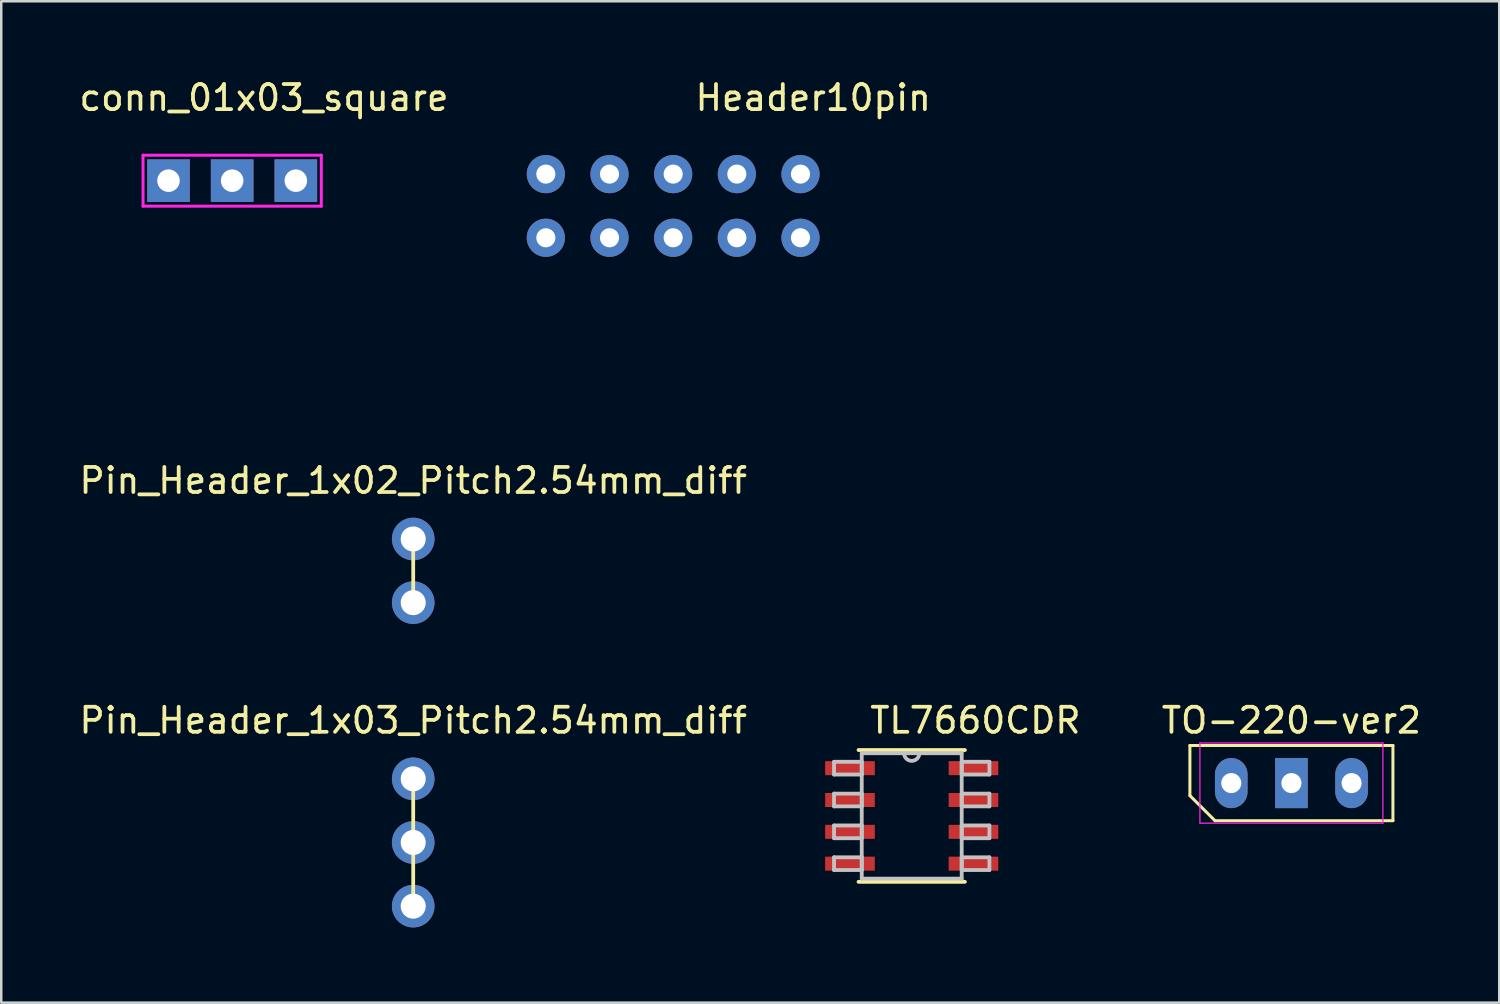
<source format=kicad_pcb>
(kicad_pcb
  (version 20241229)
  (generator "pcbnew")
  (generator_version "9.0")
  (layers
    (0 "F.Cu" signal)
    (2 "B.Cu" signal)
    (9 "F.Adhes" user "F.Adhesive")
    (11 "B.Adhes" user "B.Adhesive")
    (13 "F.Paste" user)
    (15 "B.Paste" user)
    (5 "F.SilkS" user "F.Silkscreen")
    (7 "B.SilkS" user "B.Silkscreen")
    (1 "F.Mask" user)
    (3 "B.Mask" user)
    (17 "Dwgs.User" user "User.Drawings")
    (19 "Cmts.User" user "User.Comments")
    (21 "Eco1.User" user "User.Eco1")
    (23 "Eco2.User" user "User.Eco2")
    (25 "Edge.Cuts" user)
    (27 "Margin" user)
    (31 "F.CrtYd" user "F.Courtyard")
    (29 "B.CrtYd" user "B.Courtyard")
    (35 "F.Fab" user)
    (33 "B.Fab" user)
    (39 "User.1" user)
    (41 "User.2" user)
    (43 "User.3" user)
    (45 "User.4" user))
  (footprint "Header10pin"
    (layer "F.Cu")
    (at 22.282 12.024)
    (property "Reference" "Header10pin" (at 7.112 -11.176 0) (layer "F.SilkS") (effects (font (size 1 1) (thickness 0.15))))
    (attr through_hole)
    (pad "1" thru_hole circle (at -3.556 -8.128) (size 1.524 1.524) (drill 0.762) (layers "*.Cu" "*.Mask"))
    (pad "2" thru_hole circle (at -1.016 -8.128) (size 1.524 1.524) (drill 0.762) (layers "*.Cu" "*.Mask"))
    (pad "3" thru_hole circle (at 1.524 -8.128) (size 1.524 1.524) (drill 0.762) (layers "*.Cu" "*.Mask"))
    (pad "4" thru_hole circle (at 4.064 -8.128) (size 1.524 1.524) (drill 0.762) (layers "*.Cu" "*.Mask"))
    (pad "5" thru_hole circle (at 6.604 -8.128) (size 1.524 1.524) (drill 0.762) (layers "*.Cu" "*.Mask"))
    (pad "6" thru_hole circle (at -3.556 -5.588) (size 1.524 1.524) (drill 0.762) (layers "*.Cu" "*.Mask"))
    (pad "7" thru_hole circle (at -1.016 -5.588) (size 1.524 1.524) (drill 0.762) (layers "*.Cu" "*.Mask"))
    (pad "8" thru_hole circle (at 1.524 -5.588) (size 1.524 1.524) (drill 0.762) (layers "*.Cu" "*.Mask"))
    (pad "9" thru_hole circle (at 4.064 -5.588) (size 1.524 1.524) (drill 0.762) (layers "*.Cu" "*.Mask"))
    (pad "10" thru_hole circle (at 6.604 -5.588) (size 1.524 1.524) (drill 0.762) (layers "*.Cu" "*.Mask")))
  (footprint "conn_01x03_square"
    (layer "F.Cu")
    (at 7.482 0.348)
    (property "Reference" "conn_01x03_square" (at 0 0.5 0) (layer "F.SilkS") (effects (font (size 1 1) (thickness 0.15))))
    (attr through_hole)
    (fp_line (start -4.826 2.794) (end 2.286 2.794) (stroke (width 0.12) (type solid)) (layer "F.CrtYd"))
    (fp_line (start -4.826 4.826) (end -4.826 2.794) (stroke (width 0.12) (type solid)) (layer "F.CrtYd"))
    (fp_line (start 2.286 2.794) (end 2.286 4.826) (stroke (width 0.12) (type solid)) (layer "F.CrtYd"))
    (fp_line (start 2.286 4.826) (end -4.826 4.826) (stroke (width 0.12) (type solid)) (layer "F.CrtYd"))
    (pad "1" thru_hole rect (at -3.81 3.81) (size 1.7 1.7) (drill 0.9) (layers "*.Cu" "*.Mask"))
    (pad "2" thru_hole rect (at -1.27 3.81) (size 1.7 1.7) (drill 0.9) (layers "*.Cu" "*.Mask"))
    (pad "3" thru_hole rect (at 1.27 3.81) (size 1.7 1.7) (drill 0.9) (layers "*.Cu" "*.Mask")))
  (footprint "Pin_Header_1x03_Pitch2.54mm_diff"
    (layer "F.Cu")
    (at 13.435 28.021)
    (property "Reference" "Pin_Header_1x03_Pitch2.54mm_diff" (at 0 -2.33 0) (layer "F.SilkS") (effects (font (size 1 1) (thickness 0.15))))
    (attr through_hole)
    (fp_line (start 0 0.508) (end 0 4.572) (stroke (width 0.15) (type solid)) (layer "F.SilkS"))
    (pad "1" thru_hole circle (at 0 0) (size 1.7 1.7) (drill 1) (layers "*.Cu" "*.Mask"))
    (pad "2" thru_hole oval (at 0 2.54) (size 1.7 1.7) (drill 1) (layers "*.Cu" "*.Mask"))
    (pad "3" thru_hole oval (at 0 5.08) (size 1.7 1.7) (drill 1) (layers "*.Cu" "*.Mask")))
  (footprint "TL7660CDR"
    (layer "F.Cu")
    (at 33.323 29.501)
    (property "Reference" "TL7660CDR" (at 2.54 -3.81 0) (layer "F.SilkS") (effects (font (size 1 1) (thickness 0.15))))
    (attr through_hole)
    (fp_line (start -2.121 2.629) (end 2.121 2.629) (stroke (width 0.152) (type solid)) (layer "F.SilkS"))
    (fp_line (start 2.121 -2.629) (end -2.121 -2.629) (stroke (width 0.152) (type solid)) (layer "F.SilkS"))
    (fp_line (start -3.099 -2.159) (end -3.099 -1.651) (stroke (width 0.152) (type solid)) (layer "Dwgs.User"))
    (fp_line (start -3.099 -1.651) (end -1.994 -1.651) (stroke (width 0.152) (type solid)) (layer "Dwgs.User"))
    (fp_line (start -3.099 -0.889) (end -3.099 -0.381) (stroke (width 0.152) (type solid)) (layer "Dwgs.User"))
    (fp_line (start -3.099 -0.381) (end -1.994 -0.381) (stroke (width 0.152) (type solid)) (layer "Dwgs.User"))
    (fp_line (start -3.099 0.381) (end -3.099 0.889) (stroke (width 0.152) (type solid)) (layer "Dwgs.User"))
    (fp_line (start -3.099 0.889) (end -1.994 0.889) (stroke (width 0.152) (type solid)) (layer "Dwgs.User"))
    (fp_line (start -3.099 1.651) (end -3.099 2.159) (stroke (width 0.152) (type solid)) (layer "Dwgs.User"))
    (fp_line (start -3.099 2.159) (end -1.994 2.159) (stroke (width 0.152) (type solid)) (layer "Dwgs.User"))
    (fp_line (start -1.994 -2.502) (end -1.994 2.502) (stroke (width 0.152) (type solid)) (layer "Dwgs.User"))
    (fp_line (start -1.994 -2.159) (end -3.099 -2.159) (stroke (width 0.152) (type solid)) (layer "Dwgs.User"))
    (fp_line (start -1.994 -1.651) (end -1.994 -2.159) (stroke (width 0.152) (type solid)) (layer "Dwgs.User"))
    (fp_line (start -1.994 -0.889) (end -3.099 -0.889) (stroke (width 0.152) (type solid)) (layer "Dwgs.User"))
    (fp_line (start -1.994 -0.381) (end -1.994 -0.889) (stroke (width 0.152) (type solid)) (layer "Dwgs.User"))
    (fp_line (start -1.994 0.381) (end -3.099 0.381) (stroke (width 0.152) (type solid)) (layer "Dwgs.User"))
    (fp_line (start -1.994 0.889) (end -1.994 0.381) (stroke (width 0.152) (type solid)) (layer "Dwgs.User"))
    (fp_line (start -1.994 1.651) (end -3.099 1.651) (stroke (width 0.152) (type solid)) (layer "Dwgs.User"))
    (fp_line (start -1.994 2.159) (end -1.994 1.651) (stroke (width 0.152) (type solid)) (layer "Dwgs.User"))
    (fp_line (start -1.994 2.502) (end 1.994 2.502) (stroke (width 0.152) (type solid)) (layer "Dwgs.User"))
    (fp_line (start 1.994 -2.502) (end -1.994 -2.502) (stroke (width 0.152) (type solid)) (layer "Dwgs.User"))
    (fp_line (start 1.994 -2.159) (end 1.994 -1.651) (stroke (width 0.152) (type solid)) (layer "Dwgs.User"))
    (fp_line (start 1.994 -1.651) (end 3.099 -1.651) (stroke (width 0.152) (type solid)) (layer "Dwgs.User"))
    (fp_line (start 1.994 -0.889) (end 1.994 -0.381) (stroke (width 0.152) (type solid)) (layer "Dwgs.User"))
    (fp_line (start 1.994 -0.381) (end 3.099 -0.381) (stroke (width 0.152) (type solid)) (layer "Dwgs.User"))
    (fp_line (start 1.994 0.381) (end 1.994 0.889) (stroke (width 0.152) (type solid)) (layer "Dwgs.User"))
    (fp_line (start 1.994 0.889) (end 3.099 0.889) (stroke (width 0.152) (type solid)) (layer "Dwgs.User"))
    (fp_line (start 1.994 1.651) (end 1.994 2.159) (stroke (width 0.152) (type solid)) (layer "Dwgs.User"))
    (fp_line (start 1.994 2.159) (end 3.099 2.159) (stroke (width 0.152) (type solid)) (layer "Dwgs.User"))
    (fp_line (start 1.994 2.502) (end 1.994 -2.502) (stroke (width 0.152) (type solid)) (layer "Dwgs.User"))
    (fp_line (start 3.099 -2.159) (end 1.994 -2.159) (stroke (width 0.152) (type solid)) (layer "Dwgs.User"))
    (fp_line (start 3.099 -1.651) (end 3.099 -2.159) (stroke (width 0.152) (type solid)) (layer "Dwgs.User"))
    (fp_line (start 3.099 -0.889) (end 1.994 -0.889) (stroke (width 0.152) (type solid)) (layer "Dwgs.User"))
    (fp_line (start 3.099 -0.381) (end 3.099 -0.889) (stroke (width 0.152) (type solid)) (layer "Dwgs.User"))
    (fp_line (start 3.099 0.381) (end 1.994 0.381) (stroke (width 0.152) (type solid)) (layer "Dwgs.User"))
    (fp_line (start 3.099 0.889) (end 3.099 0.381) (stroke (width 0.152) (type solid)) (layer "Dwgs.User"))
    (fp_line (start 3.099 1.651) (end 1.994 1.651) (stroke (width 0.152) (type solid)) (layer "Dwgs.User"))
    (fp_line (start 3.099 2.159) (end 3.099 1.651) (stroke (width 0.152) (type solid)) (layer "Dwgs.User"))
    (fp_arc (start 0.3048 -2.5019) (mid 0 -2.1971) (end -0.3048 -2.5019) (stroke (width 0.1524) (type solid)) (layer "Dwgs.User"))
    (pad "" smd rect (at -2.464 -1.905) (size 1.981 0.559) (layers "F.Mask"))
    (pad "" smd rect (at -2.464 -1.905) (size 1.981 0.559) (layers "F.Paste"))
    (pad "" smd rect (at -2.464 -0.635) (size 1.981 0.559) (layers "F.Mask"))
    (pad "" smd rect (at -2.464 -0.635) (size 1.981 0.559) (layers "F.Paste"))
    (pad "" smd rect (at -2.464 0.635) (size 1.981 0.559) (layers "F.Mask"))
    (pad "" smd rect (at -2.464 0.635) (size 1.981 0.559) (layers "F.Paste"))
    (pad "" smd rect (at -2.464 1.905) (size 1.981 0.559) (layers "F.Mask"))
    (pad "" smd rect (at -2.464 1.905) (size 1.981 0.559) (layers "F.Paste"))
    (pad "" smd rect (at 2.464 -1.905) (size 1.981 0.559) (layers "F.Mask"))
    (pad "" smd rect (at 2.464 -1.905) (size 1.981 0.559) (layers "F.Paste"))
    (pad "" smd rect (at 2.464 -0.635) (size 1.981 0.559) (layers "F.Mask"))
    (pad "" smd rect (at 2.464 -0.635) (size 1.981 0.559) (layers "F.Paste"))
    (pad "" smd rect (at 2.464 0.635) (size 1.981 0.559) (layers "F.Mask"))
    (pad "" smd rect (at 2.464 0.635) (size 1.981 0.559) (layers "F.Paste"))
    (pad "" smd rect (at 2.464 1.905) (size 1.981 0.559) (layers "F.Mask"))
    (pad "" smd rect (at 2.464 1.905) (size 1.981 0.559) (layers "F.Paste"))
    (pad "1" smd rect (at -2.464 -1.905) (size 1.981 0.559) (layers "F.Cu"))
    (pad "2" smd rect (at -2.464 -0.635) (size 1.981 0.559) (layers "F.Cu"))
    (pad "3" smd rect (at -2.464 0.635) (size 1.981 0.559) (layers "F.Cu"))
    (pad "4" smd rect (at -2.464 1.905) (size 1.981 0.559) (layers "F.Cu"))
    (pad "5" smd rect (at 2.464 1.905) (size 1.981 0.559) (layers "F.Cu"))
    (pad "6" smd rect (at 2.464 0.635) (size 1.981 0.559) (layers "F.Cu"))
    (pad "7" smd rect (at 2.464 -0.635) (size 1.981 0.559) (layers "F.Cu"))
    (pad "8" smd rect (at 2.464 -1.905) (size 1.981 0.559) (layers "F.Cu")))
  (footprint "TO-220-ver2"
    (layer "F.Cu")
    (at 48.471 28.191)
    (property "Reference" "TO-220-ver2" (at 0 -2.5 0) (layer "F.SilkS") (effects (font (size 1 1) (thickness 0.15))))
    (attr through_hole)
    (fp_line (start -4.05 -1.5) (end 4.05 -1.5) (stroke (width 0.12) (type solid)) (layer "F.SilkS"))
    (fp_line (start -4.05 0.5) (end -4.05 -1.5) (stroke (width 0.12) (type solid)) (layer "F.SilkS"))
    (fp_line (start -3.05 1.5) (end -4.05 0.5) (stroke (width 0.12) (type solid)) (layer "F.SilkS"))
    (fp_line (start 4.05 -1.5) (end 4.05 1.5) (stroke (width 0.12) (type solid)) (layer "F.SilkS"))
    (fp_line (start 4.05 1.5) (end -3.05 1.5) (stroke (width 0.12) (type solid)) (layer "F.SilkS"))
    (fp_line (start -3.65 -1.6) (end 3.65 -1.6) (stroke (width 0.05) (type solid)) (layer "F.CrtYd"))
    (fp_line (start -3.65 1.6) (end -3.65 -1.6) (stroke (width 0.05) (type solid)) (layer "F.CrtYd"))
    (fp_line (start 3.65 -1.6) (end 3.65 1.6) (stroke (width 0.05) (type solid)) (layer "F.CrtYd"))
    (fp_line (start 3.65 1.6) (end -3.65 1.6) (stroke (width 0.05) (type solid)) (layer "F.CrtYd"))
    (pad "1" thru_hole oval (at -2.4 0) (size 1.3 2) (drill 0.8) (layers "*.Cu" "*.Mask"))
    (pad "2" thru_hole rect (at 0 0) (size 1.3 2) (drill 0.8) (layers "*.Cu" "*.Mask"))
    (pad "3" thru_hole oval (at 2.4 0) (size 1.3 2) (drill 0.8) (layers "*.Cu" "*.Mask")))
  (footprint "Pin_Header_1x02_Pitch2.54mm_diff"
    (layer "F.Cu")
    (at 13.435 18.453)
    (property "Reference" "Pin_Header_1x02_Pitch2.54mm_diff" (at 0 -2.33 0) (layer "F.SilkS") (effects (font (size 1 1) (thickness 0.15))))
    (attr through_hole)
    (fp_line (start 0 2.032) (end 0 0.508) (stroke (width 0.15) (type solid)) (layer "F.SilkS"))
    (pad "1" thru_hole circle (at 0 0) (size 1.7 1.7) (drill 1) (layers "*.Cu" "*.Mask"))
    (pad "2" thru_hole oval (at 0 2.54) (size 1.7 1.7) (drill 1) (layers "*.Cu" "*.Mask")))
  (gr_rect
    (start -3 -3)
    (end 56.762 36.951)
    (stroke (width 0.1) (type default))
    (fill no)
    (layer "Edge.Cuts")))
</source>
